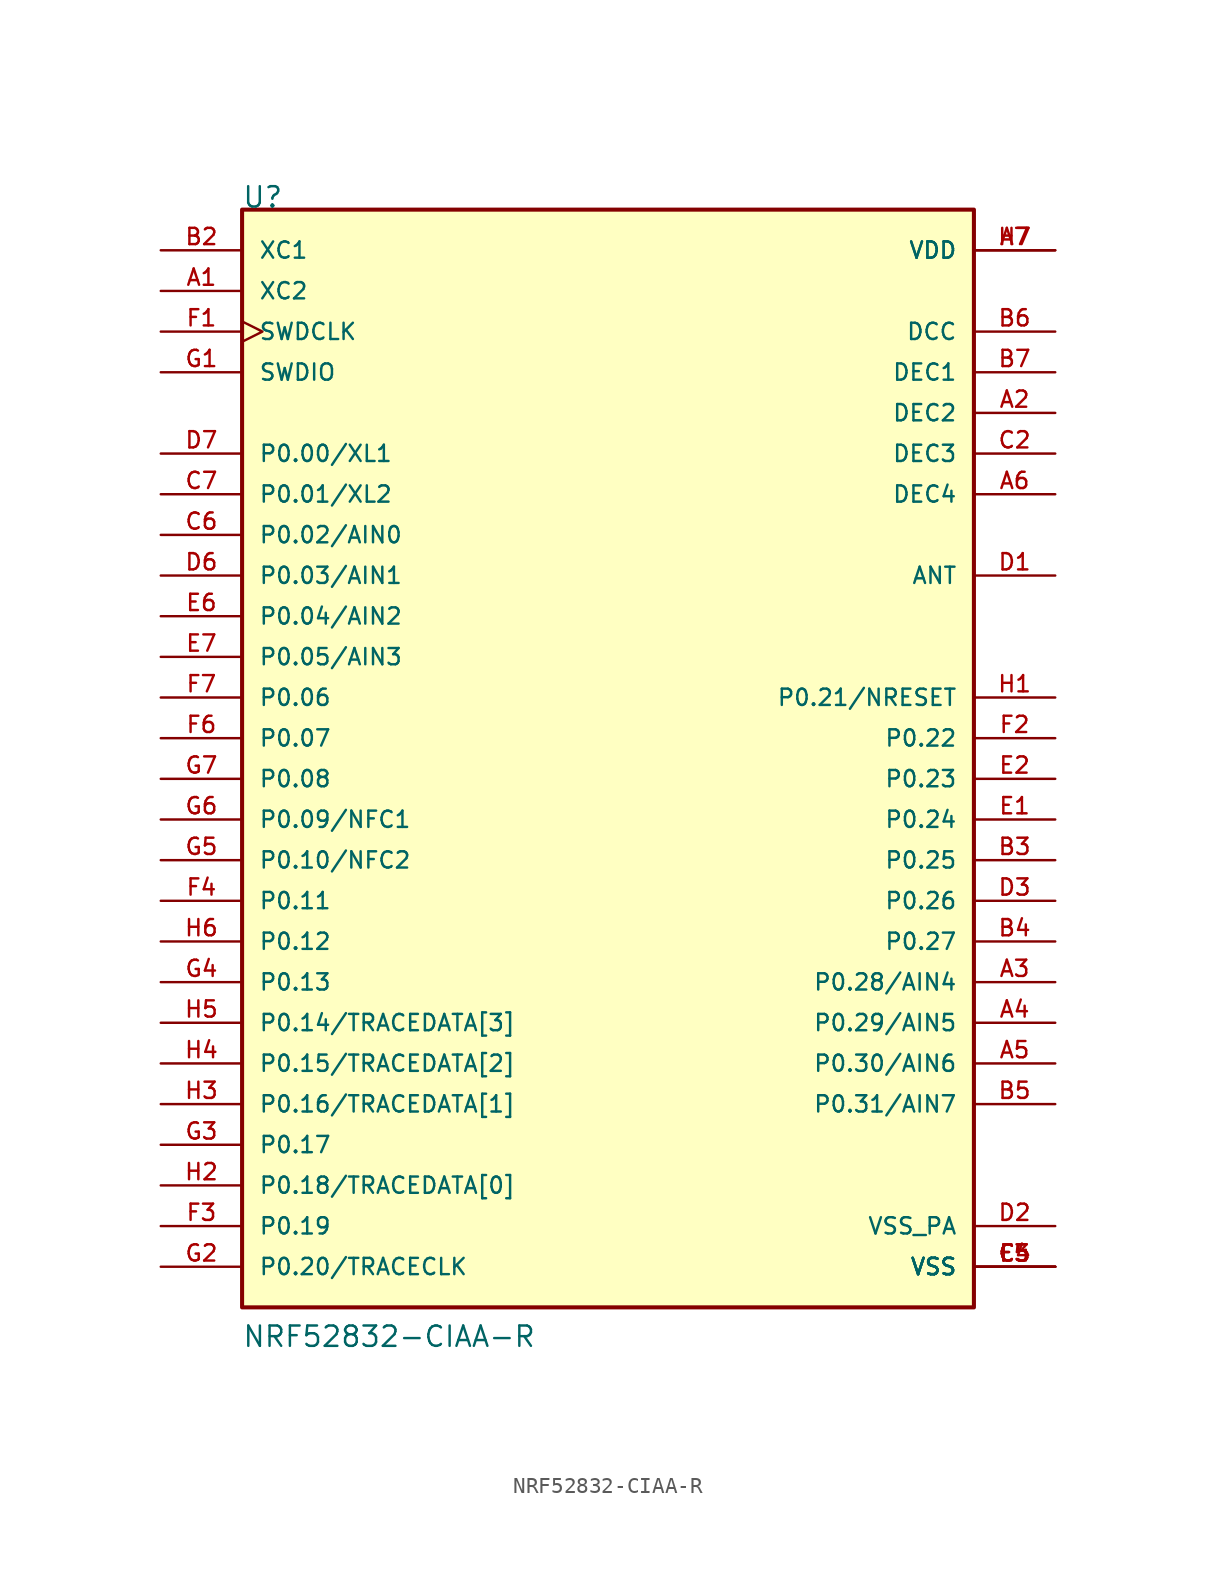
<source format=kicad_sym>
(kicad_symbol_lib
  (version 20220914)
  (generator kicad_symbol_editor)
  (symbol "NRF52832-CIAA-R"
    (pin_names
      (offset 1.016))
    (property "Reference" "U"
      (at -22.882 33.052 0)
      (effects (font (size 1.27 1.27)) (justify left bottom)))
    (property "Value" "NRF52832-CIAA-R"
      (at -22.875 -38.125 0)
      (effects (font (size 1.27 1.27)) (justify left bottom)))
    (symbol "NRF52832-CIAA-R_0_0"
      (rectangle (start -22.86 -35.56) (end 22.86 33.02) (stroke (width 0.254) (type default)) (fill (type background)))
      (pin input line (at -27.94 27.94 0) (length 5.08) (name "XC2" (effects (font (size 1.016 1.016)))) (number "A1" (effects (font (size 1.016 1.016)))))
      (pin power_in line (at 27.94 20.32 180) (length 5.08) (name "DEC2" (effects (font (size 1.016 1.016)))) (number "A2" (effects (font (size 1.016 1.016)))))
      (pin bidirectional line (at 27.94 -15.24 180) (length 5.08) (name "P0.28/AIN4" (effects (font (size 1.016 1.016)))) (number "A3" (effects (font (size 1.016 1.016)))))
      (pin bidirectional line (at 27.94 -17.78 180) (length 5.08) (name "P0.29/AIN5" (effects (font (size 1.016 1.016)))) (number "A4" (effects (font (size 1.016 1.016)))))
      (pin bidirectional line (at 27.94 -20.32 180) (length 5.08) (name "P0.30/AIN6" (effects (font (size 1.016 1.016)))) (number "A5" (effects (font (size 1.016 1.016)))))
      (pin power_in line (at 27.94 15.24 180) (length 5.08) (name "DEC4" (effects (font (size 1.016 1.016)))) (number "A6" (effects (font (size 1.016 1.016)))))
      (pin power_in line (at 27.94 30.48 180) (length 5.08) (name "VDD" (effects (font (size 1.016 1.016)))) (number "A7" (effects (font (size 1.016 1.016)))))
      (pin input line (at -27.94 30.48 0) (length 5.08) (name "XC1" (effects (font (size 1.016 1.016)))) (number "B2" (effects (font (size 1.016 1.016)))))
      (pin bidirectional line (at 27.94 -7.62 180) (length 5.08) (name "P0.25" (effects (font (size 1.016 1.016)))) (number "B3" (effects (font (size 1.016 1.016)))))
      (pin bidirectional line (at 27.94 -12.7 180) (length 5.08) (name "P0.27" (effects (font (size 1.016 1.016)))) (number "B4" (effects (font (size 1.016 1.016)))))
      (pin bidirectional line (at 27.94 -22.86 180) (length 5.08) (name "P0.31/AIN7" (effects (font (size 1.016 1.016)))) (number "B5" (effects (font (size 1.016 1.016)))))
      (pin power_in line (at 27.94 25.4 180) (length 5.08) (name "DCC" (effects (font (size 1.016 1.016)))) (number "B6" (effects (font (size 1.016 1.016)))))
      (pin power_in line (at 27.94 22.86 180) (length 5.08) (name "DEC1" (effects (font (size 1.016 1.016)))) (number "B7" (effects (font (size 1.016 1.016)))))
      (pin power_in line (at 27.94 17.78 180) (length 5.08) (name "DEC3" (effects (font (size 1.016 1.016)))) (number "C2" (effects (font (size 1.016 1.016)))))
      (pin power_in line (at 27.94 -33.02 180) (length 5.08) (name "VSS" (effects (font (size 1.016 1.016)))) (number "C4" (effects (font (size 1.016 1.016)))))
      (pin power_in line (at 27.94 -33.02 180) (length 5.08) (name "VSS" (effects (font (size 1.016 1.016)))) (number "C5" (effects (font (size 1.016 1.016)))))
      (pin bidirectional line (at -27.94 12.7 0) (length 5.08) (name "P0.02/AIN0" (effects (font (size 1.016 1.016)))) (number "C6" (effects (font (size 1.016 1.016)))))
      (pin bidirectional line (at -27.94 15.24 0) (length 5.08) (name "P0.01/XL2" (effects (font (size 1.016 1.016)))) (number "C7" (effects (font (size 1.016 1.016)))))
      (pin passive line (at 27.94 10.16 180) (length 5.08) (name "ANT" (effects (font (size 1.016 1.016)))) (number "D1" (effects (font (size 1.016 1.016)))))
      (pin power_in line (at 27.94 -30.48 180) (length 5.08) (name "VSS_PA" (effects (font (size 1.016 1.016)))) (number "D2" (effects (font (size 1.016 1.016)))))
      (pin bidirectional line (at 27.94 -10.16 180) (length 5.08) (name "P0.26" (effects (font (size 1.016 1.016)))) (number "D3" (effects (font (size 1.016 1.016)))))
      (pin bidirectional line (at -27.94 10.16 0) (length 5.08) (name "P0.03/AIN1" (effects (font (size 1.016 1.016)))) (number "D6" (effects (font (size 1.016 1.016)))))
      (pin bidirectional line (at -27.94 17.78 0) (length 5.08) (name "P0.00/XL1" (effects (font (size 1.016 1.016)))) (number "D7" (effects (font (size 1.016 1.016)))))
      (pin bidirectional line (at 27.94 -5.08 180) (length 5.08) (name "P0.24" (effects (font (size 1.016 1.016)))) (number "E1" (effects (font (size 1.016 1.016)))))
      (pin bidirectional line (at 27.94 -2.54 180) (length 5.08) (name "P0.23" (effects (font (size 1.016 1.016)))) (number "E2" (effects (font (size 1.016 1.016)))))
      (pin power_in line (at 27.94 -33.02 180) (length 5.08) (name "VSS" (effects (font (size 1.016 1.016)))) (number "E3" (effects (font (size 1.016 1.016)))))
      (pin bidirectional line (at -27.94 7.62 0) (length 5.08) (name "P0.04/AIN2" (effects (font (size 1.016 1.016)))) (number "E6" (effects (font (size 1.016 1.016)))))
      (pin bidirectional line (at -27.94 5.08 0) (length 5.08) (name "P0.05/AIN3" (effects (font (size 1.016 1.016)))) (number "E7" (effects (font (size 1.016 1.016)))))
      (pin input clock (at -27.94 25.4 0) (length 5.08) (name "SWDCLK" (effects (font (size 1.016 1.016)))) (number "F1" (effects (font (size 1.016 1.016)))))
      (pin bidirectional line (at 27.94 0 180) (length 5.08) (name "P0.22" (effects (font (size 1.016 1.016)))) (number "F2" (effects (font (size 1.016 1.016)))))
      (pin bidirectional line (at -27.94 -30.48 0) (length 5.08) (name "P0.19" (effects (font (size 1.016 1.016)))) (number "F3" (effects (font (size 1.016 1.016)))))
      (pin bidirectional line (at -27.94 -10.16 0) (length 5.08) (name "P0.11" (effects (font (size 1.016 1.016)))) (number "F4" (effects (font (size 1.016 1.016)))))
      (pin power_in line (at 27.94 -33.02 180) (length 5.08) (name "VSS" (effects (font (size 1.016 1.016)))) (number "F5" (effects (font (size 1.016 1.016)))))
      (pin bidirectional line (at -27.94 0 0) (length 5.08) (name "P0.07" (effects (font (size 1.016 1.016)))) (number "F6" (effects (font (size 1.016 1.016)))))
      (pin bidirectional line (at -27.94 2.54 0) (length 5.08) (name "P0.06" (effects (font (size 1.016 1.016)))) (number "F7" (effects (font (size 1.016 1.016)))))
      (pin bidirectional line (at -27.94 22.86 0) (length 5.08) (name "SWDIO" (effects (font (size 1.016 1.016)))) (number "G1" (effects (font (size 1.016 1.016)))))
      (pin bidirectional line (at -27.94 -33.02 0) (length 5.08) (name "P0.20/TRACECLK" (effects (font (size 1.016 1.016)))) (number "G2" (effects (font (size 1.016 1.016)))))
      (pin bidirectional line (at -27.94 -25.4 0) (length 5.08) (name "P0.17" (effects (font (size 1.016 1.016)))) (number "G3" (effects (font (size 1.016 1.016)))))
      (pin bidirectional line (at -27.94 -15.24 0) (length 5.08) (name "P0.13" (effects (font (size 1.016 1.016)))) (number "G4" (effects (font (size 1.016 1.016)))))
      (pin bidirectional line (at -27.94 -7.62 0) (length 5.08) (name "P0.10/NFC2" (effects (font (size 1.016 1.016)))) (number "G5" (effects (font (size 1.016 1.016)))))
      (pin bidirectional line (at -27.94 -5.08 0) (length 5.08) (name "P0.09/NFC1" (effects (font (size 1.016 1.016)))) (number "G6" (effects (font (size 1.016 1.016)))))
      (pin bidirectional line (at -27.94 -2.54 0) (length 5.08) (name "P0.08" (effects (font (size 1.016 1.016)))) (number "G7" (effects (font (size 1.016 1.016)))))
      (pin bidirectional line (at 27.94 2.54 180) (length 5.08) (name "P0.21/NRESET" (effects (font (size 1.016 1.016)))) (number "H1" (effects (font (size 1.016 1.016)))))
      (pin bidirectional line (at -27.94 -27.94 0) (length 5.08) (name "P0.18/TRACEDATA[0]" (effects (font (size 1.016 1.016)))) (number "H2" (effects (font (size 1.016 1.016)))))
      (pin bidirectional line (at -27.94 -22.86 0) (length 5.08) (name "P0.16/TRACEDATA[1]" (effects (font (size 1.016 1.016)))) (number "H3" (effects (font (size 1.016 1.016)))))
      (pin bidirectional line (at -27.94 -20.32 0) (length 5.08) (name "P0.15/TRACEDATA[2]" (effects (font (size 1.016 1.016)))) (number "H4" (effects (font (size 1.016 1.016)))))
      (pin bidirectional line (at -27.94 -17.78 0) (length 5.08) (name "P0.14/TRACEDATA[3]" (effects (font (size 1.016 1.016)))) (number "H5" (effects (font (size 1.016 1.016)))))
      (pin bidirectional line (at -27.94 -12.7 0) (length 5.08) (name "P0.12" (effects (font (size 1.016 1.016)))) (number "H6" (effects (font (size 1.016 1.016)))))
      (pin power_in line (at 27.94 30.48 180) (length 5.08) (name "VDD" (effects (font (size 1.016 1.016)))) (number "H7" (effects (font (size 1.016 1.016))))))))
</source>
